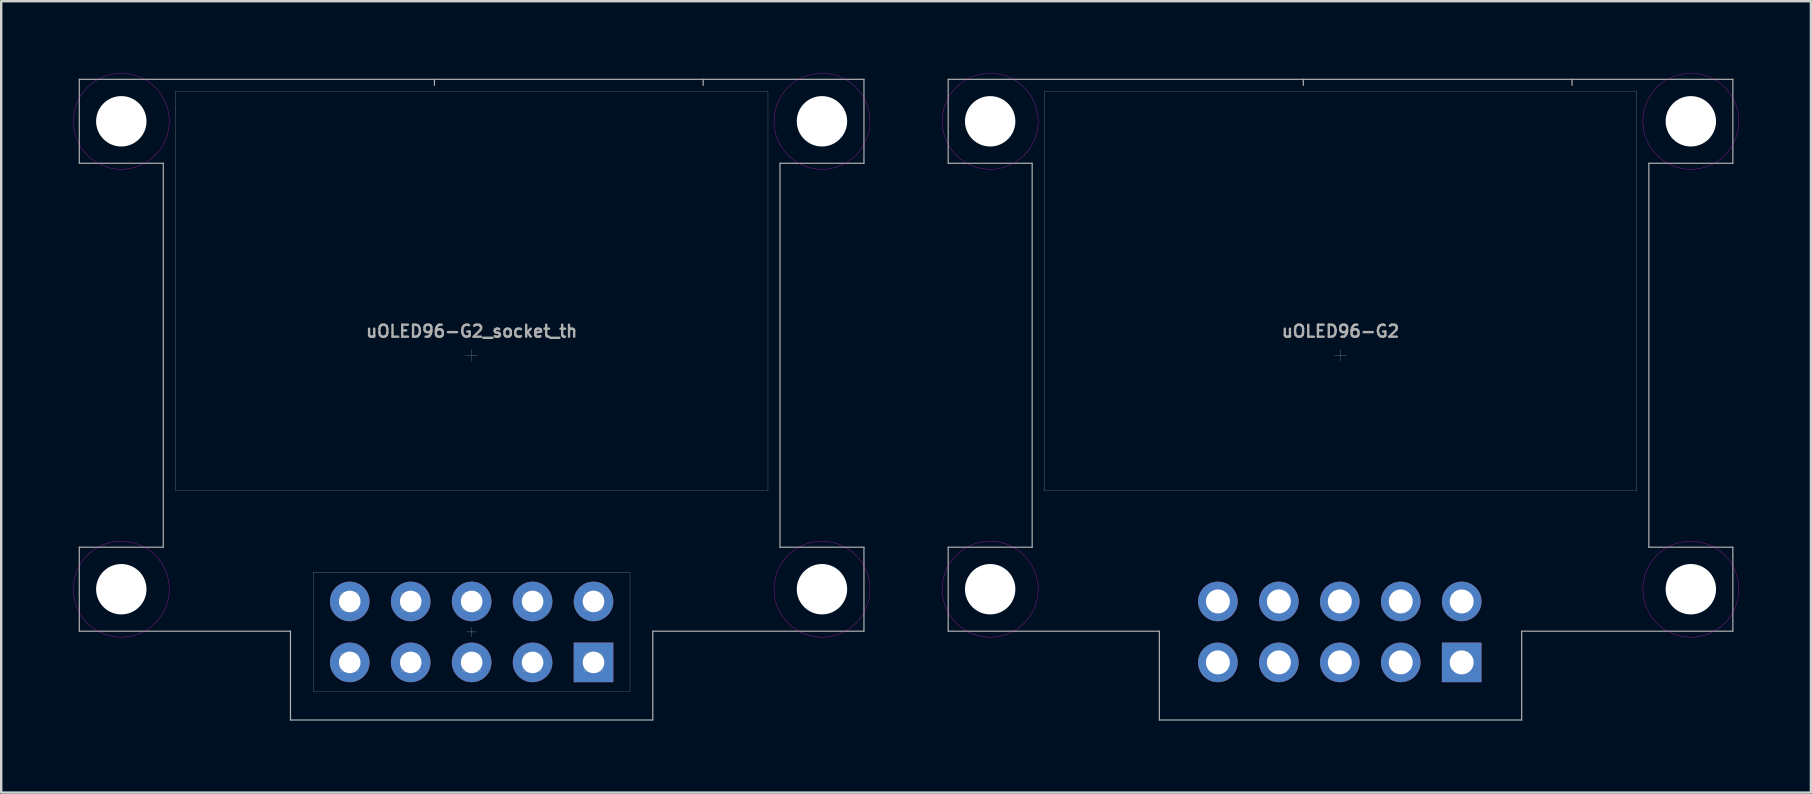
<source format=kicad_pcb>
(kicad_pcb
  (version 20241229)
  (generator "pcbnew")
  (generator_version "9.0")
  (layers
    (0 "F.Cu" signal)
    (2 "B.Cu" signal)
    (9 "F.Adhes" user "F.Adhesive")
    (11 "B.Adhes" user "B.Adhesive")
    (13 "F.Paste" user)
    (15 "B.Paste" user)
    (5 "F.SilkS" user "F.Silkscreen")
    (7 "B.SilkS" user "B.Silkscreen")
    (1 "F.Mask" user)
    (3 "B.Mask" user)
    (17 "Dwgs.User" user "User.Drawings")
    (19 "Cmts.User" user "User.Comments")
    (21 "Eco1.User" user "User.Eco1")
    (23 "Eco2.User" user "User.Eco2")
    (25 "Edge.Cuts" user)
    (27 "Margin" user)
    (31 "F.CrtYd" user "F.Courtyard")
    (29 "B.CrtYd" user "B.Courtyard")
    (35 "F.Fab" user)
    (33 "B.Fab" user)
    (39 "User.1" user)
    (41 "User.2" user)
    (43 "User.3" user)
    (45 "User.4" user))
  (footprint "uOLED96-G2_socket_th"
    (layer "F.Cu")
    (at 16.605 11.755)
    (property "Reference" "uOLED96-G2_socket_th" (at 0 -1 0) (layer "F.Fab") (effects (font (size 0.5 0.5) (thickness 0.1))))
    (attr through_hole)
    (fp_line (start -0.2 11.53) (end 0.2 11.53) (stroke (width 0.01) (type solid)) (layer "Dwgs.User"))
    (fp_line (start 0 11.33) (end 0 11.73) (stroke (width 0.01) (type solid)) (layer "Dwgs.User"))
    (fp_circle (center -14.6 -9.75) (end -12.6 -9.75) (stroke (width 0.01) (type solid)) (fill no) (layer "F.CrtYd"))
    (fp_circle (center -14.6 9.75) (end -12.6 9.75) (stroke (width 0.01) (type solid)) (fill no) (layer "F.CrtYd"))
    (fp_circle (center 14.6 -9.75) (end 16.6 -9.75) (stroke (width 0.01) (type solid)) (fill no) (layer "F.CrtYd"))
    (fp_circle (center 14.6 9.75) (end 16.6 9.75) (stroke (width 0.01) (type solid)) (fill no) (layer "F.CrtYd"))
    (fp_line (start -16.35 -11.5) (end -16.35 -8) (stroke (width 0.05) (type solid)) (layer "F.Fab"))
    (fp_line (start -16.35 -11.5) (end 16.35 -11.5) (stroke (width 0.05) (type solid)) (layer "F.Fab"))
    (fp_line (start -16.35 -8) (end -12.85 -8) (stroke (width 0.05) (type solid)) (layer "F.Fab"))
    (fp_line (start -16.35 8) (end -16.35 11.5) (stroke (width 0.05) (type solid)) (layer "F.Fab"))
    (fp_line (start -12.85 -8) (end -12.85 8) (stroke (width 0.05) (type solid)) (layer "F.Fab"))
    (fp_line (start -12.85 8) (end -16.35 8) (stroke (width 0.05) (type solid)) (layer "F.Fab"))
    (fp_line (start -12.35 -11) (end -12.35 5.65) (stroke (width 0.01) (type solid)) (layer "F.Fab"))
    (fp_line (start -12.35 5.65) (end 12.35 5.65) (stroke (width 0.01) (type solid)) (layer "F.Fab"))
    (fp_line (start -7.55 11.5) (end -16.35 11.5) (stroke (width 0.05) (type solid)) (layer "F.Fab"))
    (fp_line (start -7.55 15.2) (end -7.55 11.5) (stroke (width 0.05) (type solid)) (layer "F.Fab"))
    (fp_line (start -7.55 15.2) (end 7.55 15.2) (stroke (width 0.05) (type solid)) (layer "F.Fab"))
    (fp_line (start -6.6 9.05) (end 6.6 9.05) (stroke (width 0.01) (type solid)) (layer "F.Fab"))
    (fp_line (start -6.6 14.01) (end -6.6 9.05) (stroke (width 0.01) (type solid)) (layer "F.Fab"))
    (fp_line (start -5.461 9.879) (end -4.699 9.879) (stroke (width 0.01) (type solid)) (layer "F.Fab"))
    (fp_line (start -5.461 10.641) (end -5.461 9.879) (stroke (width 0.01) (type solid)) (layer "F.Fab"))
    (fp_line (start -5.461 12.419) (end -4.699 12.419) (stroke (width 0.01) (type solid)) (layer "F.Fab"))
    (fp_line (start -5.461 13.181) (end -5.461 12.419) (stroke (width 0.01) (type solid)) (layer "F.Fab"))
    (fp_line (start -4.699 9.879) (end -4.699 10.641) (stroke (width 0.01) (type solid)) (layer "F.Fab"))
    (fp_line (start -4.699 10.641) (end -5.461 10.641) (stroke (width 0.01) (type solid)) (layer "F.Fab"))
    (fp_line (start -4.699 12.419) (end -4.699 13.181) (stroke (width 0.01) (type solid)) (layer "F.Fab"))
    (fp_line (start -4.699 13.181) (end -5.461 13.181) (stroke (width 0.01) (type solid)) (layer "F.Fab"))
    (fp_line (start -2.921 9.879) (end -2.159 9.879) (stroke (width 0.01) (type solid)) (layer "F.Fab"))
    (fp_line (start -2.921 10.641) (end -2.921 9.879) (stroke (width 0.01) (type solid)) (layer "F.Fab"))
    (fp_line (start -2.921 12.419) (end -2.159 12.419) (stroke (width 0.01) (type solid)) (layer "F.Fab"))
    (fp_line (start -2.921 13.181) (end -2.921 12.419) (stroke (width 0.01) (type solid)) (layer "F.Fab"))
    (fp_line (start -2.159 9.879) (end -2.159 10.641) (stroke (width 0.01) (type solid)) (layer "F.Fab"))
    (fp_line (start -2.159 10.641) (end -2.921 10.641) (stroke (width 0.01) (type solid)) (layer "F.Fab"))
    (fp_line (start -2.159 12.419) (end -2.159 13.181) (stroke (width 0.01) (type solid)) (layer "F.Fab"))
    (fp_line (start -2.159 13.181) (end -2.921 13.181) (stroke (width 0.01) (type solid)) (layer "F.Fab"))
    (fp_line (start -1.55 -11.5) (end -1.55 -11.25) (stroke (width 0.05) (type solid)) (layer "F.Fab"))
    (fp_line (start -0.381 9.879) (end 0.381 9.879) (stroke (width 0.01) (type solid)) (layer "F.Fab"))
    (fp_line (start -0.381 10.641) (end -0.381 9.879) (stroke (width 0.01) (type solid)) (layer "F.Fab"))
    (fp_line (start -0.381 12.419) (end 0.381 12.419) (stroke (width 0.01) (type solid)) (layer "F.Fab"))
    (fp_line (start -0.381 13.181) (end -0.381 12.419) (stroke (width 0.01) (type solid)) (layer "F.Fab"))
    (fp_line (start -0.25 0) (end 0.25 0) (stroke (width 0.01) (type solid)) (layer "F.Fab"))
    (fp_line (start 0 -0.25) (end 0 0.25) (stroke (width 0.01) (type solid)) (layer "F.Fab"))
    (fp_line (start 0.381 9.879) (end 0.381 10.641) (stroke (width 0.01) (type solid)) (layer "F.Fab"))
    (fp_line (start 0.381 10.641) (end -0.381 10.641) (stroke (width 0.01) (type solid)) (layer "F.Fab"))
    (fp_line (start 0.381 12.419) (end 0.381 13.181) (stroke (width 0.01) (type solid)) (layer "F.Fab"))
    (fp_line (start 0.381 13.181) (end -0.381 13.181) (stroke (width 0.01) (type solid)) (layer "F.Fab"))
    (fp_line (start 2.159 9.879) (end 2.921 9.879) (stroke (width 0.01) (type solid)) (layer "F.Fab"))
    (fp_line (start 2.159 10.641) (end 2.159 9.879) (stroke (width 0.01) (type solid)) (layer "F.Fab"))
    (fp_line (start 2.159 12.419) (end 2.921 12.419) (stroke (width 0.01) (type solid)) (layer "F.Fab"))
    (fp_line (start 2.159 13.181) (end 2.159 12.419) (stroke (width 0.01) (type solid)) (layer "F.Fab"))
    (fp_line (start 2.921 9.879) (end 2.921 10.641) (stroke (width 0.01) (type solid)) (layer "F.Fab"))
    (fp_line (start 2.921 10.641) (end 2.159 10.641) (stroke (width 0.01) (type solid)) (layer "F.Fab"))
    (fp_line (start 2.921 12.419) (end 2.921 13.181) (stroke (width 0.01) (type solid)) (layer "F.Fab"))
    (fp_line (start 2.921 13.181) (end 2.159 13.181) (stroke (width 0.01) (type solid)) (layer "F.Fab"))
    (fp_line (start 4.699 9.879) (end 5.461 9.879) (stroke (width 0.01) (type solid)) (layer "F.Fab"))
    (fp_line (start 4.699 10.641) (end 4.699 9.879) (stroke (width 0.01) (type solid)) (layer "F.Fab"))
    (fp_line (start 4.699 12.419) (end 5.461 12.419) (stroke (width 0.01) (type solid)) (layer "F.Fab"))
    (fp_line (start 4.699 13.181) (end 4.699 12.419) (stroke (width 0.01) (type solid)) (layer "F.Fab"))
    (fp_line (start 5.461 9.879) (end 5.461 10.641) (stroke (width 0.01) (type solid)) (layer "F.Fab"))
    (fp_line (start 5.461 10.641) (end 4.699 10.641) (stroke (width 0.01) (type solid)) (layer "F.Fab"))
    (fp_line (start 5.461 12.419) (end 5.461 13.181) (stroke (width 0.01) (type solid)) (layer "F.Fab"))
    (fp_line (start 5.461 13.181) (end 4.699 13.181) (stroke (width 0.01) (type solid)) (layer "F.Fab"))
    (fp_line (start 6.6 9.05) (end 6.6 14.01) (stroke (width 0.01) (type solid)) (layer "F.Fab"))
    (fp_line (start 6.6 14.01) (end -6.6 14.01) (stroke (width 0.01) (type solid)) (layer "F.Fab"))
    (fp_line (start 7.55 15.2) (end 7.55 11.5) (stroke (width 0.05) (type solid)) (layer "F.Fab"))
    (fp_line (start 9.65 -11.5) (end 9.65 -11.25) (stroke (width 0.05) (type solid)) (layer "F.Fab"))
    (fp_line (start 12.35 -11) (end -12.35 -11) (stroke (width 0.01) (type solid)) (layer "F.Fab"))
    (fp_line (start 12.35 5.65) (end 12.35 -11) (stroke (width 0.01) (type solid)) (layer "F.Fab"))
    (fp_line (start 12.85 -8) (end 16.35 -8) (stroke (width 0.05) (type solid)) (layer "F.Fab"))
    (fp_line (start 12.85 8) (end 12.85 -8) (stroke (width 0.05) (type solid)) (layer "F.Fab"))
    (fp_line (start 16.35 -8) (end 16.35 -11.5) (stroke (width 0.05) (type solid)) (layer "F.Fab"))
    (fp_line (start 16.35 8) (end 12.85 8) (stroke (width 0.05) (type solid)) (layer "F.Fab"))
    (fp_line (start 16.35 11.5) (end 7.55 11.5) (stroke (width 0.05) (type solid)) (layer "F.Fab"))
    (fp_line (start 16.35 11.5) (end 16.35 8) (stroke (width 0.05) (type solid)) (layer "F.Fab"))
    (pad "" np_thru_hole circle (at -14.6 -9.75) (size 2.1 2.1) (drill 2.1) (layers "*.Cu" "*.Mask"))
    (pad "" np_thru_hole circle (at -14.6 9.75 180) (size 2.1 2.1) (drill 2.1) (layers "*.Cu" "*.Mask"))
    (pad "" np_thru_hole circle (at 14.6 -9.75) (size 2.1 2.1) (drill 2.1) (layers "*.Cu" "*.Mask"))
    (pad "" np_thru_hole circle (at 14.6 9.75 180) (size 2.1 2.1) (drill 2.1) (layers "*.Cu" "*.Mask"))
    (pad "1" thru_hole rect (at 5.08 12.8) (size 1.65 1.65) (drill 0.9) (layers "*.Cu" "*.Mask"))
    (pad "2" thru_hole circle (at 5.08 10.26) (size 1.65 1.65) (drill 0.9) (layers "*.Cu" "*.Mask"))
    (pad "3" thru_hole circle (at 2.54 12.8) (size 1.65 1.65) (drill 0.9) (layers "*.Cu" "*.Mask"))
    (pad "4" thru_hole circle (at 2.54 10.26) (size 1.65 1.65) (drill 0.9) (layers "*.Cu" "*.Mask"))
    (pad "5" thru_hole circle (at 0 12.8) (size 1.65 1.65) (drill 0.9) (layers "*.Cu" "*.Mask"))
    (pad "6" thru_hole circle (at 0 10.26) (size 1.65 1.65) (drill 0.9) (layers "*.Cu" "*.Mask"))
    (pad "7" thru_hole circle (at -2.54 12.8) (size 1.65 1.65) (drill 0.9) (layers "*.Cu" "*.Mask"))
    (pad "8" thru_hole circle (at -2.54 10.26) (size 1.65 1.65) (drill 0.9) (layers "*.Cu" "*.Mask"))
    (pad "9" thru_hole circle (at -5.08 12.8) (size 1.65 1.65) (drill 0.9) (layers "*.Cu" "*.Mask"))
    (pad "10" thru_hole circle (at -5.08 10.26) (size 1.65 1.65) (drill 0.9) (layers "*.Cu" "*.Mask")))
  (footprint "uOLED96-G2"
    (layer "F.Cu")
    (at 52.815 11.755)
    (property "Reference" "uOLED96-G2" (at 0 -1 0) (layer "F.Fab") (effects (font (size 0.5 0.5) (thickness 0.1))))
    (attr through_hole)
    (fp_circle (center -14.6 -9.75) (end -12.6 -9.75) (stroke (width 0.01) (type solid)) (fill no) (layer "F.CrtYd"))
    (fp_circle (center -14.6 9.75) (end -12.6 9.75) (stroke (width 0.01) (type solid)) (fill no) (layer "F.CrtYd"))
    (fp_circle (center 14.6 -9.75) (end 16.6 -9.75) (stroke (width 0.01) (type solid)) (fill no) (layer "F.CrtYd"))
    (fp_circle (center 14.6 9.75) (end 16.6 9.75) (stroke (width 0.01) (type solid)) (fill no) (layer "F.CrtYd"))
    (fp_line (start -16.35 -11.5) (end -16.35 -8) (stroke (width 0.05) (type solid)) (layer "F.Fab"))
    (fp_line (start -16.35 -11.5) (end 16.35 -11.5) (stroke (width 0.05) (type solid)) (layer "F.Fab"))
    (fp_line (start -16.35 -8) (end -12.85 -8) (stroke (width 0.05) (type solid)) (layer "F.Fab"))
    (fp_line (start -16.35 8) (end -16.35 11.5) (stroke (width 0.05) (type solid)) (layer "F.Fab"))
    (fp_line (start -12.85 -8) (end -12.85 8) (stroke (width 0.05) (type solid)) (layer "F.Fab"))
    (fp_line (start -12.85 8) (end -16.35 8) (stroke (width 0.05) (type solid)) (layer "F.Fab"))
    (fp_line (start -12.35 -11) (end -12.35 5.65) (stroke (width 0.01) (type solid)) (layer "F.Fab"))
    (fp_line (start -12.35 5.65) (end 12.35 5.65) (stroke (width 0.01) (type solid)) (layer "F.Fab"))
    (fp_line (start -7.55 11.5) (end -16.35 11.5) (stroke (width 0.05) (type solid)) (layer "F.Fab"))
    (fp_line (start -7.55 15.2) (end -7.55 11.5) (stroke (width 0.05) (type solid)) (layer "F.Fab"))
    (fp_line (start -7.55 15.2) (end 7.55 15.2) (stroke (width 0.05) (type solid)) (layer "F.Fab"))
    (fp_line (start -1.55 -11.5) (end -1.55 -11.25) (stroke (width 0.05) (type solid)) (layer "F.Fab"))
    (fp_line (start -0.25 0) (end 0.25 0) (stroke (width 0.01) (type solid)) (layer "F.Fab"))
    (fp_line (start 0 -0.25) (end 0 0.25) (stroke (width 0.01) (type solid)) (layer "F.Fab"))
    (fp_line (start 7.55 15.2) (end 7.55 11.5) (stroke (width 0.05) (type solid)) (layer "F.Fab"))
    (fp_line (start 9.65 -11.5) (end 9.65 -11.25) (stroke (width 0.05) (type solid)) (layer "F.Fab"))
    (fp_line (start 12.35 -11) (end -12.35 -11) (stroke (width 0.01) (type solid)) (layer "F.Fab"))
    (fp_line (start 12.35 5.65) (end 12.35 -11) (stroke (width 0.01) (type solid)) (layer "F.Fab"))
    (fp_line (start 12.85 -8) (end 16.35 -8) (stroke (width 0.05) (type solid)) (layer "F.Fab"))
    (fp_line (start 12.85 8) (end 12.85 -8) (stroke (width 0.05) (type solid)) (layer "F.Fab"))
    (fp_line (start 16.35 -8) (end 16.35 -11.5) (stroke (width 0.05) (type solid)) (layer "F.Fab"))
    (fp_line (start 16.35 8) (end 12.85 8) (stroke (width 0.05) (type solid)) (layer "F.Fab"))
    (fp_line (start 16.35 11.5) (end 7.55 11.5) (stroke (width 0.05) (type solid)) (layer "F.Fab"))
    (fp_line (start 16.35 11.5) (end 16.35 8) (stroke (width 0.05) (type solid)) (layer "F.Fab"))
    (pad "" np_thru_hole circle (at -14.6 -9.75) (size 2.1 2.1) (drill 2.1) (layers "*.Cu" "*.Mask"))
    (pad "" np_thru_hole circle (at -14.6 9.75 180) (size 2.1 2.1) (drill 2.1) (layers "*.Cu" "*.Mask"))
    (pad "" np_thru_hole circle (at 14.6 -9.75) (size 2.1 2.1) (drill 2.1) (layers "*.Cu" "*.Mask"))
    (pad "" np_thru_hole circle (at 14.6 9.75 180) (size 2.1 2.1) (drill 2.1) (layers "*.Cu" "*.Mask"))
    (pad "1" thru_hole rect (at 5.05 12.8) (size 1.65 1.65) (drill 1) (layers "*.Cu" "*.Mask"))
    (pad "2" thru_hole circle (at 5.05 10.26) (size 1.65 1.65) (drill 1) (layers "*.Cu" "*.Mask"))
    (pad "3" thru_hole circle (at 2.51 12.8) (size 1.65 1.65) (drill 1) (layers "*.Cu" "*.Mask"))
    (pad "4" thru_hole circle (at 2.51 10.26) (size 1.65 1.65) (drill 1) (layers "*.Cu" "*.Mask"))
    (pad "5" thru_hole circle (at -0.03 12.8) (size 1.65 1.65) (drill 1) (layers "*.Cu" "*.Mask"))
    (pad "6" thru_hole circle (at -0.03 10.26) (size 1.65 1.65) (drill 1) (layers "*.Cu" "*.Mask"))
    (pad "7" thru_hole circle (at -2.57 12.8) (size 1.65 1.65) (drill 1) (layers "*.Cu" "*.Mask"))
    (pad "8" thru_hole circle (at -2.57 10.26) (size 1.65 1.65) (drill 1) (layers "*.Cu" "*.Mask"))
    (pad "9" thru_hole circle (at -5.11 12.8) (size 1.65 1.65) (drill 1) (layers "*.Cu" "*.Mask"))
    (pad "10" thru_hole circle (at -5.11 10.26) (size 1.65 1.65) (drill 1) (layers "*.Cu" "*.Mask")))
  (gr_rect
    (start -3 -3)
    (end 72.42 29.98)
    (stroke (width 0.1) (type default))
    (fill no)
    (layer "Edge.Cuts")))
</source>
